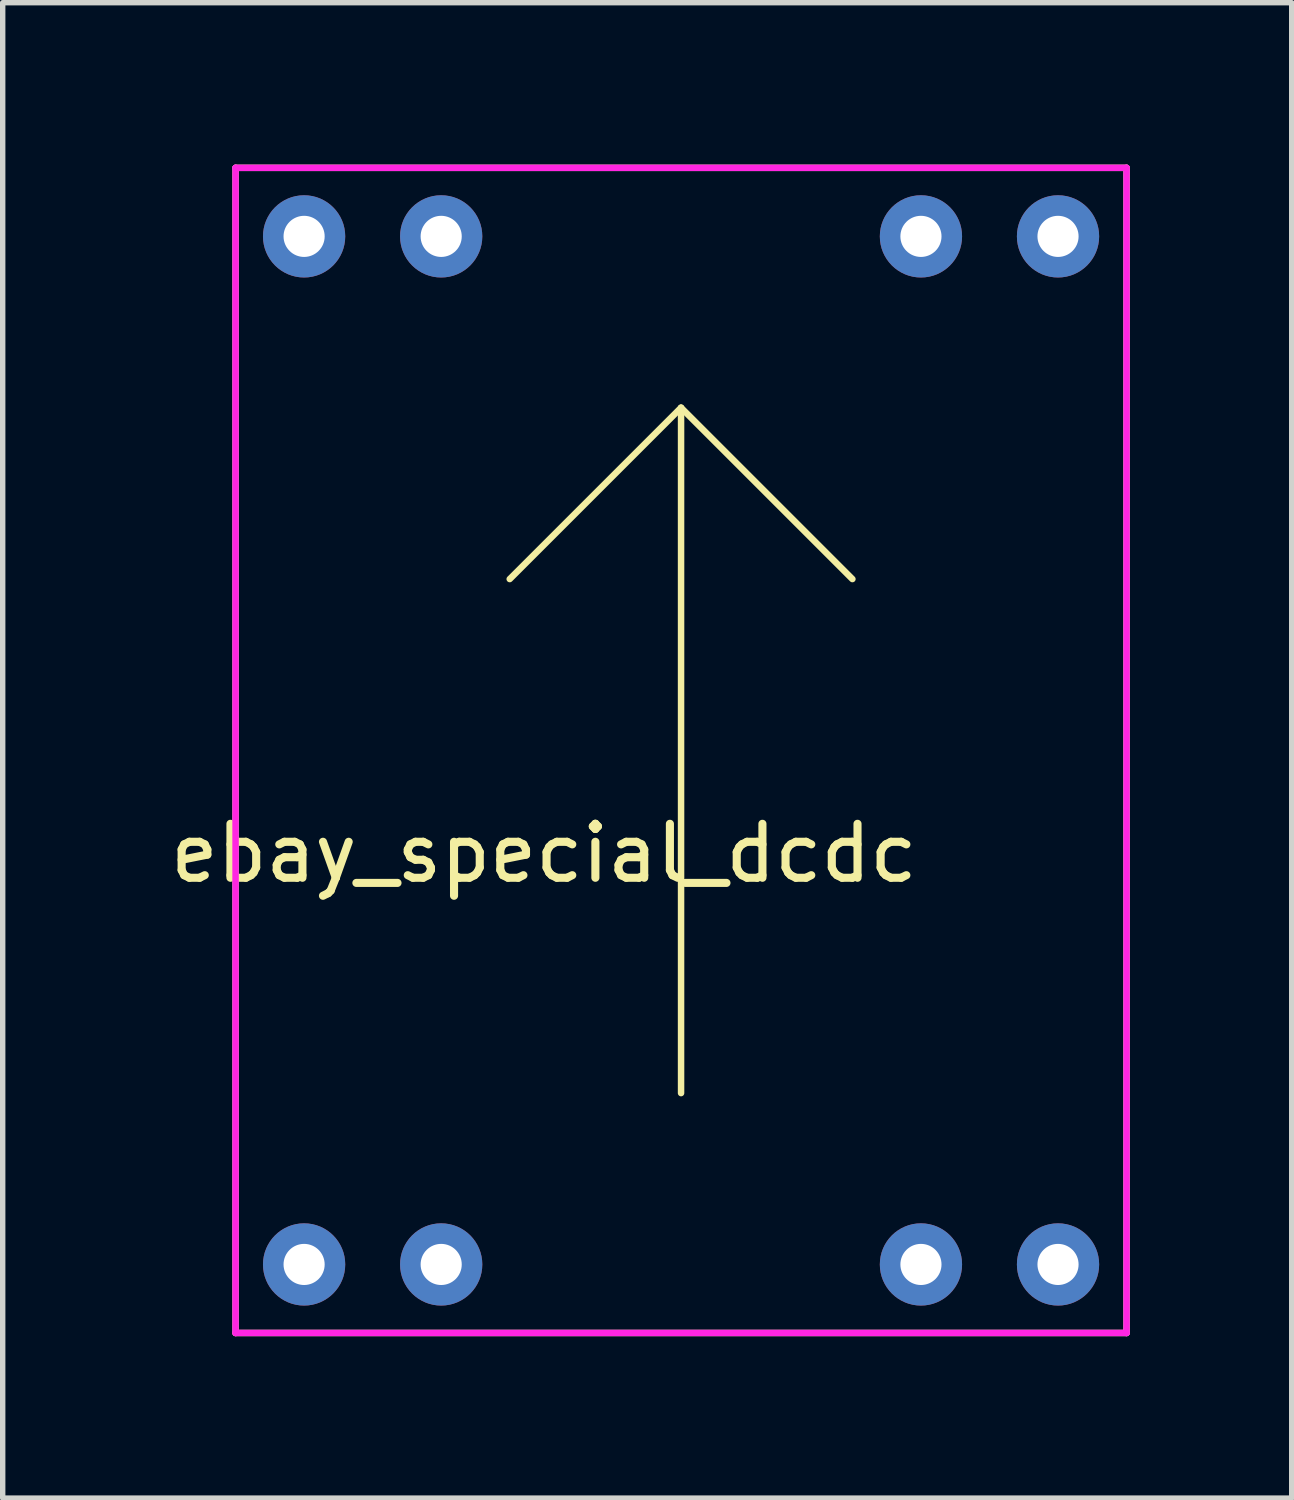
<source format=kicad_pcb>
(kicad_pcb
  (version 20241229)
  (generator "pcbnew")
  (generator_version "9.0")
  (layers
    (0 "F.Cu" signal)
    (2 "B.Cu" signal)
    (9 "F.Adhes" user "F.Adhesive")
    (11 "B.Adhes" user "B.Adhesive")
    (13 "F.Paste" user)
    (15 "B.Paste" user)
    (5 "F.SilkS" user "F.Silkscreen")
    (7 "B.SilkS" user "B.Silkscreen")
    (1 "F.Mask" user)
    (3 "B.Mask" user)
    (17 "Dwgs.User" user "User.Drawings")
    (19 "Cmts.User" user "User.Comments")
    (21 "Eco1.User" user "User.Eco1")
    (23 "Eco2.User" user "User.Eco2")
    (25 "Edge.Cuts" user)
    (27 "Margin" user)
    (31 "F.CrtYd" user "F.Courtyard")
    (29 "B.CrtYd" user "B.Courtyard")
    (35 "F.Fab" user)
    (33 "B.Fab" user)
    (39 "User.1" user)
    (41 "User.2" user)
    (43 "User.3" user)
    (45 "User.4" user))
  (footprint "ebay_special_dcdc"
    (layer "F.Cu")
    (at 9.57 10.855)
    (property "Reference" "ebay_special_dcdc" (at -2.54 1.905 0) (layer "F.SilkS") (effects (font (size 1 1) (thickness 0.15))))
    (attr through_hole)
    (fp_line (start -8.255 -10.795) (end 8.255 -10.795) (stroke (width 0.12) (type solid)) (layer "F.SilkS"))
    (fp_line (start -8.255 10.795) (end -8.255 -10.795) (stroke (width 0.12) (type solid)) (layer "F.SilkS"))
    (fp_line (start -3.175 -3.175) (end 0 -6.35) (stroke (width 0.12) (type solid)) (layer "F.SilkS"))
    (fp_line (start 0 -6.35) (end 3.175 -3.175) (stroke (width 0.12) (type solid)) (layer "F.SilkS"))
    (fp_line (start 0 6.35) (end 0 -6.35) (stroke (width 0.12) (type solid)) (layer "F.SilkS"))
    (fp_line (start 8.255 -10.795) (end 8.255 10.795) (stroke (width 0.12) (type solid)) (layer "F.SilkS"))
    (fp_line (start 8.255 10.795) (end -8.255 10.795) (stroke (width 0.12) (type solid)) (layer "F.SilkS"))
    (fp_line (start -8.255 -10.795) (end 8.255 -10.795) (stroke (width 0.12) (type solid)) (layer "F.CrtYd"))
    (fp_line (start -8.255 10.795) (end -8.255 -10.795) (stroke (width 0.12) (type solid)) (layer "F.CrtYd"))
    (fp_line (start 8.255 -10.795) (end 8.255 10.795) (stroke (width 0.12) (type solid)) (layer "F.CrtYd"))
    (fp_line (start 8.255 10.795) (end -8.255 10.795) (stroke (width 0.12) (type solid)) (layer "F.CrtYd"))
    (pad "1" thru_hole circle (at 4.445 9.525) (size 1.524 1.524) (drill 0.762) (layers "*.Cu" "*.Mask"))
    (pad "1" thru_hole circle (at 6.985 9.525) (size 1.524 1.524) (drill 0.762) (layers "*.Cu" "*.Mask"))
    (pad "2" thru_hole circle (at -6.985 -9.525) (size 1.524 1.524) (drill 0.762) (layers "*.Cu" "*.Mask"))
    (pad "2" thru_hole circle (at -6.985 9.525) (size 1.524 1.524) (drill 0.762) (layers "*.Cu" "*.Mask"))
    (pad "2" thru_hole circle (at -4.445 -9.525) (size 1.524 1.524) (drill 0.762) (layers "*.Cu" "*.Mask"))
    (pad "2" thru_hole circle (at -4.445 9.525) (size 1.524 1.524) (drill 0.762) (layers "*.Cu" "*.Mask"))
    (pad "3" thru_hole circle (at 4.445 -9.525) (size 1.524 1.524) (drill 0.762) (layers "*.Cu" "*.Mask"))
    (pad "3" thru_hole circle (at 6.985 -9.525) (size 1.524 1.524) (drill 0.762) (layers "*.Cu" "*.Mask")))
  (gr_rect
    (start -3 -3)
    (end 20.885 24.71)
    (stroke (width 0.1) (type default))
    (fill no)
    (layer "Edge.Cuts")))
</source>
